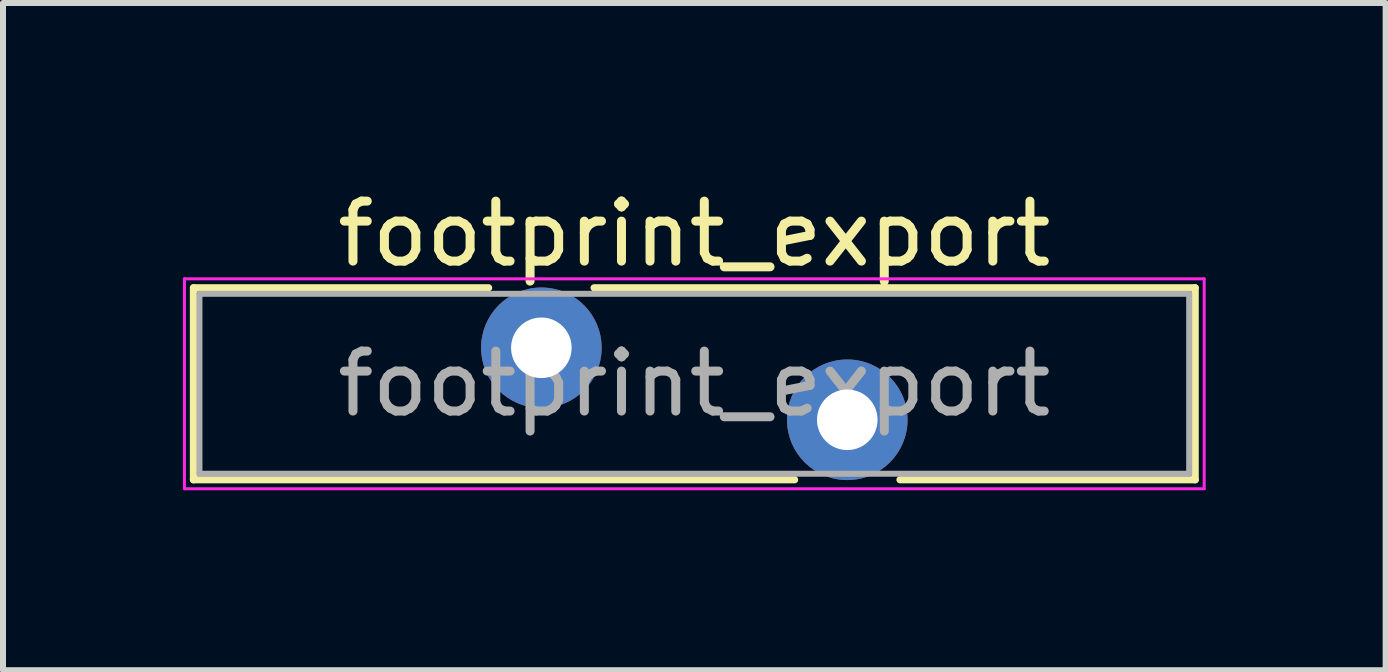
<source format=kicad_pcb>
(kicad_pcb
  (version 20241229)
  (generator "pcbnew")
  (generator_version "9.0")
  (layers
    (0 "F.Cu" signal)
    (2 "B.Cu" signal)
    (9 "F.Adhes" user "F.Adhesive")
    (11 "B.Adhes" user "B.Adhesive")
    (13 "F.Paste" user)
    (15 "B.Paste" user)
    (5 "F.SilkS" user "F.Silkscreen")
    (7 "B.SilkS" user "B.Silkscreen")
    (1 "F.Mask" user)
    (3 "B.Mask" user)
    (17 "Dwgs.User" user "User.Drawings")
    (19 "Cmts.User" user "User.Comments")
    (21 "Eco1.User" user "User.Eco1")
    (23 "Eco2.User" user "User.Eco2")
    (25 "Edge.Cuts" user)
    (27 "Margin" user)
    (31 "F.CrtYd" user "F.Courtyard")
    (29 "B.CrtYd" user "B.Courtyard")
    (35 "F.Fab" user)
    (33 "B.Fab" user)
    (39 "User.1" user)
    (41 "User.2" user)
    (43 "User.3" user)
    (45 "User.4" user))
  (footprint "footprint_export"
    (layer "F.Cu")
    (at 5.975 2.748)
    (property "Reference" "footprint_export" (at 2.55 -1.9 0) (layer "F.SilkS") (effects (font (size 1 1) (thickness 0.15))))
    (attr through_hole)
    (fp_line (start -5.8 -1) (end -5.8 2.2) (stroke (width 0.12) (type solid)) (layer "F.SilkS"))
    (fp_line (start -5.8 -1) (end -0.879 -1) (stroke (width 0.12) (type solid)) (layer "F.SilkS"))
    (fp_line (start -5.8 2.2) (end 4.222 2.2) (stroke (width 0.12) (type solid)) (layer "F.SilkS"))
    (fp_line (start 0.879 -1) (end 10.9 -1) (stroke (width 0.12) (type solid)) (layer "F.SilkS"))
    (fp_line (start 5.979 2.2) (end 10.9 2.2) (stroke (width 0.12) (type solid)) (layer "F.SilkS"))
    (fp_line (start 10.9 -1) (end 10.9 2.2) (stroke (width 0.12) (type solid)) (layer "F.SilkS"))
    (fp_line (start -5.95 -1.15) (end -5.95 2.35) (stroke (width 0.05) (type solid)) (layer "F.CrtYd"))
    (fp_line (start -5.95 2.35) (end 11.05 2.35) (stroke (width 0.05) (type solid)) (layer "F.CrtYd"))
    (fp_line (start 11.05 -1.15) (end -5.95 -1.15) (stroke (width 0.05) (type solid)) (layer "F.CrtYd"))
    (fp_line (start 11.05 2.35) (end 11.05 -1.15) (stroke (width 0.05) (type solid)) (layer "F.CrtYd"))
    (fp_line (start -5.7 -0.9) (end -5.7 2.1) (stroke (width 0.1) (type solid)) (layer "F.Fab"))
    (fp_line (start -5.7 2.1) (end 10.8 2.1) (stroke (width 0.1) (type solid)) (layer "F.Fab"))
    (fp_line (start 10.8 -0.9) (end -5.7 -0.9) (stroke (width 0.1) (type solid)) (layer "F.Fab"))
    (fp_line (start 10.8 2.1) (end 10.8 -0.9) (stroke (width 0.1) (type solid)) (layer "F.Fab"))
    (fp_text user "${REFERENCE}" (at 2.55 0.6 0) (layer "F.Fab") (effects (font (size 1 1) (thickness 0.15))))
    (pad "1" thru_hole circle (at 0 0) (size 2.01 2.01) (drill 1.01) (layers "*.Cu" "*.Mask"))
    (pad "2" thru_hole circle (at 5.1 1.2) (size 2.01 2.01) (drill 1.01) (layers "*.Cu" "*.Mask")))
  (gr_rect
    (start -3 -3)
    (end 20.05 8.123)
    (stroke (width 0.1) (type default))
    (fill no)
    (layer "Edge.Cuts")))
</source>
